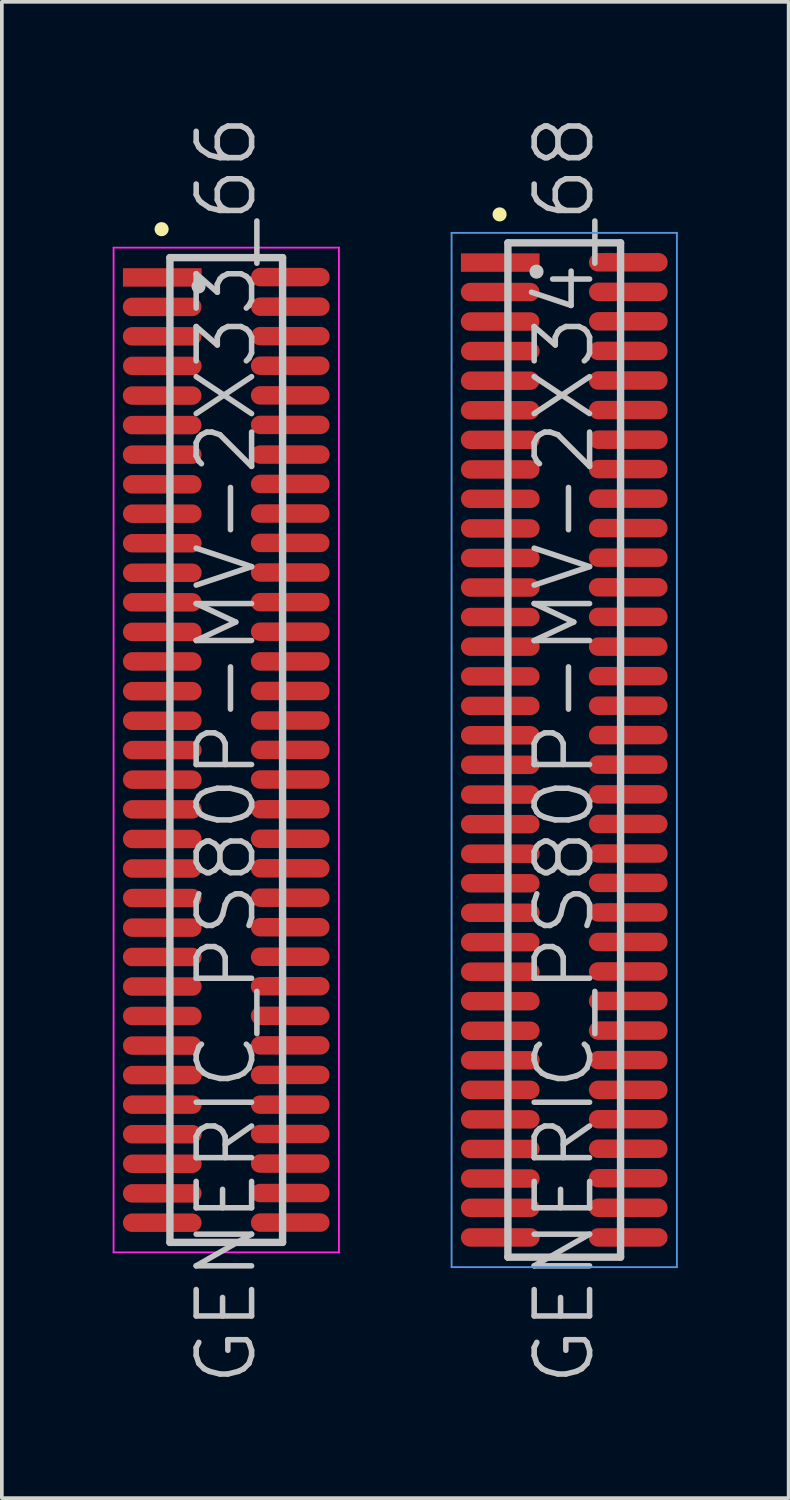
<source format=kicad_pcb>
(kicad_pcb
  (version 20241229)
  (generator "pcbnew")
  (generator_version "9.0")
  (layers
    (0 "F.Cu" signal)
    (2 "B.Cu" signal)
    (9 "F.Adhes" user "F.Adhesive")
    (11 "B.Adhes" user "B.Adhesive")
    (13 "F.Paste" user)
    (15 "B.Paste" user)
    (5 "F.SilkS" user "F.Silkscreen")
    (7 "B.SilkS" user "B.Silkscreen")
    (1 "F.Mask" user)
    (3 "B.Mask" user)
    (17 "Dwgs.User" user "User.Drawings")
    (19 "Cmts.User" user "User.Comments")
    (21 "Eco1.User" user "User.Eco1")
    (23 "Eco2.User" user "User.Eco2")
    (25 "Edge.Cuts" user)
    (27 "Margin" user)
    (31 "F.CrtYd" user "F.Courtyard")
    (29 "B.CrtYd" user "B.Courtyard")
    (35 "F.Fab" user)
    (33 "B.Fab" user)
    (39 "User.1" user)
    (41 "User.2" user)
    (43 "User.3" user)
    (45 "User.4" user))
  (footprint "GENERIC_PS80P-MV-2X34_68"
    (layer "F.Cu")
    (at 12.225 17.254)
    (property "Reference" "GENERIC_PS80P-MV-2X34_68" (at 0 0 90) (layer "Dwgs.User") (effects (font (size 1.5 1.5) (thickness 0.15))))
    (attr smd)
    (fp_line (start -1.75 -14.5) (end -1.75 -14.5) (stroke (width 0.381) (type solid)) (layer "F.SilkS"))
    (fp_line (start -1.525 -13.73) (end -1.525 13.73) (stroke (width 0.2) (type solid)) (layer "Dwgs.User"))
    (fp_line (start -1.525 -13.73) (end 1.525 -13.73) (stroke (width 0.2) (type solid)) (layer "Dwgs.User"))
    (fp_line (start -1.525 13.73) (end 1.525 13.73) (stroke (width 0.2) (type solid)) (layer "Dwgs.User"))
    (fp_line (start -0.75 -12.95) (end -0.75 -12.95) (stroke (width 0.381) (type solid)) (layer "Dwgs.User"))
    (fp_line (start 1.525 -13.73) (end 1.525 13.73) (stroke (width 0.2) (type solid)) (layer "Dwgs.User"))
    (fp_line (start -3.05 -14) (end -3.05 14) (stroke (width 0.05) (type solid)) (layer "Cmts.User"))
    (fp_line (start -3.05 -14) (end 3.05 -14) (stroke (width 0.05) (type solid)) (layer "Cmts.User"))
    (fp_line (start -3.05 14) (end 3.05 14) (stroke (width 0.05) (type solid)) (layer "Cmts.User"))
    (fp_line (start 3.05 -14) (end 3.05 14) (stroke (width 0.05) (type solid)) (layer "Cmts.User"))
    (pad "1" smd rect (at -1.732 -13.195 270) (size 0.5 2.13) (layers "F.Cu" "F.Mask" "F.Paste"))
    (pad "2" smd oval (at 1.735 -13.203 270) (size 0.5 2.13) (layers "F.Cu" "F.Mask" "F.Paste"))
    (pad "3" smd oval (at -1.735 -12.398 270) (size 0.5 2.13) (layers "F.Cu" "F.Mask" "F.Paste"))
    (pad "4" smd oval (at 1.735 -12.403 270) (size 0.5 2.13) (layers "F.Cu" "F.Mask" "F.Paste"))
    (pad "5" smd oval (at -1.735 -11.6 270) (size 0.5 2.13) (layers "F.Cu" "F.Mask" "F.Paste"))
    (pad "6" smd oval (at 1.735 -11.605 270) (size 0.5 2.13) (layers "F.Cu" "F.Mask" "F.Paste"))
    (pad "7" smd oval (at -1.732 -10.8 270) (size 0.5 2.13) (layers "F.Cu" "F.Mask" "F.Paste"))
    (pad "8" smd oval (at 1.732 -10.805 270) (size 0.5 2.13) (layers "F.Cu" "F.Mask" "F.Paste"))
    (pad "9" smd oval (at -1.735 -9.997 270) (size 0.5 2.13) (layers "F.Cu" "F.Mask" "F.Paste"))
    (pad "10" smd oval (at 1.732 -10.003 270) (size 0.5 2.13) (layers "F.Cu" "F.Mask" "F.Paste"))
    (pad "11" smd oval (at -1.735 -9.197 270) (size 0.5 2.13) (layers "F.Cu" "F.Mask" "F.Paste"))
    (pad "12" smd oval (at 1.732 -9.202 270) (size 0.5 2.13) (layers "F.Cu" "F.Mask" "F.Paste"))
    (pad "13" smd oval (at -1.735 -8.397 270) (size 0.5 2.13) (layers "F.Cu" "F.Mask" "F.Paste"))
    (pad "14" smd oval (at 1.735 -8.4 270) (size 0.5 2.13) (layers "F.Cu" "F.Mask" "F.Paste"))
    (pad "15" smd oval (at -1.732 -7.595 270) (size 0.5 2.13) (layers "F.Cu" "F.Mask" "F.Paste"))
    (pad "16" smd oval (at 1.732 -7.605 270) (size 0.5 2.13) (layers "F.Cu" "F.Mask" "F.Paste"))
    (pad "17" smd oval (at -1.732 -6.8 270) (size 0.5 2.13) (layers "F.Cu" "F.Mask" "F.Paste"))
    (pad "18" smd oval (at 1.732 -6.805 270) (size 0.5 2.13) (layers "F.Cu" "F.Mask" "F.Paste"))
    (pad "19" smd oval (at -1.732 -5.999 270) (size 0.5 2.13) (layers "F.Cu" "F.Mask" "F.Paste"))
    (pad "20" smd oval (at 1.732 -6.007 270) (size 0.5 2.13) (layers "F.Cu" "F.Mask" "F.Paste"))
    (pad "21" smd oval (at -1.732 -5.199 270) (size 0.5 2.13) (layers "F.Cu" "F.Mask" "F.Paste"))
    (pad "22" smd oval (at 1.732 -5.207 270) (size 0.5 2.13) (layers "F.Cu" "F.Mask" "F.Paste"))
    (pad "23" smd oval (at -1.732 -4.399 270) (size 0.5 2.13) (layers "F.Cu" "F.Mask" "F.Paste"))
    (pad "24" smd oval (at 1.732 -4.404 270) (size 0.5 2.13) (layers "F.Cu" "F.Mask" "F.Paste"))
    (pad "25" smd oval (at -1.732 -3.599 270) (size 0.5 2.13) (layers "F.Cu" "F.Mask" "F.Paste"))
    (pad "26" smd oval (at 1.732 -3.604 270) (size 0.5 2.13) (layers "F.Cu" "F.Mask" "F.Paste"))
    (pad "27" smd oval (at -1.732 -2.799 270) (size 0.5 2.13) (layers "F.Cu" "F.Mask" "F.Paste"))
    (pad "28" smd oval (at 1.732 -2.799 270) (size 0.5 2.13) (layers "F.Cu" "F.Mask" "F.Paste"))
    (pad "29" smd oval (at -1.732 -1.994 270) (size 0.5 2.13) (layers "F.Cu" "F.Mask" "F.Paste"))
    (pad "30" smd oval (at 1.732 -1.999 270) (size 0.5 2.13) (layers "F.Cu" "F.Mask" "F.Paste"))
    (pad "31" smd oval (at -1.732 -1.194 270) (size 0.5 2.13) (layers "F.Cu" "F.Mask" "F.Paste"))
    (pad "32" smd oval (at 1.732 -1.199 270) (size 0.5 2.13) (layers "F.Cu" "F.Mask" "F.Paste"))
    (pad "33" smd oval (at -1.732 -0.399 270) (size 0.5 2.13) (layers "F.Cu" "F.Mask" "F.Paste"))
    (pad "34" smd oval (at 1.732 -0.404 270) (size 0.5 2.13) (layers "F.Cu" "F.Mask" "F.Paste"))
    (pad "35" smd oval (at -1.732 0.401 270) (size 0.5 2.13) (layers "F.Cu" "F.Mask" "F.Paste"))
    (pad "36" smd oval (at 1.732 0.396 270) (size 0.5 2.13) (layers "F.Cu" "F.Mask" "F.Paste"))
    (pad "37" smd oval (at -1.732 1.206 270) (size 0.5 2.13) (layers "F.Cu" "F.Mask" "F.Paste"))
    (pad "38" smd oval (at 1.732 1.201 270) (size 0.5 2.13) (layers "F.Cu" "F.Mask" "F.Paste"))
    (pad "39" smd oval (at -1.732 2.007 270) (size 0.5 2.13) (layers "F.Cu" "F.Mask" "F.Paste"))
    (pad "40" smd oval (at 1.732 2.002 270) (size 0.5 2.13) (layers "F.Cu" "F.Mask" "F.Paste"))
    (pad "41" smd oval (at -1.732 2.807 270) (size 0.5 2.13) (layers "F.Cu" "F.Mask" "F.Paste"))
    (pad "42" smd oval (at 1.732 2.802 270) (size 0.5 2.13) (layers "F.Cu" "F.Mask" "F.Paste"))
    (pad "43" smd oval (at -1.732 3.607 270) (size 0.5 2.13) (layers "F.Cu" "F.Mask" "F.Paste"))
    (pad "44" smd oval (at 1.732 3.597 270) (size 0.5 2.13) (layers "F.Cu" "F.Mask" "F.Paste"))
    (pad "45" smd oval (at -1.732 4.407 270) (size 0.5 2.13) (layers "F.Cu" "F.Mask" "F.Paste"))
    (pad "46" smd oval (at 1.732 4.397 270) (size 0.5 2.13) (layers "F.Cu" "F.Mask" "F.Paste"))
    (pad "47" smd oval (at -1.732 5.202 270) (size 0.5 2.13) (layers "F.Cu" "F.Mask" "F.Paste"))
    (pad "48" smd oval (at 1.732 5.197 270) (size 0.5 2.13) (layers "F.Cu" "F.Mask" "F.Paste"))
    (pad "49" smd oval (at -1.732 6.002 270) (size 0.5 2.13) (layers "F.Cu" "F.Mask" "F.Paste"))
    (pad "50" smd oval (at 1.732 5.994 270) (size 0.5 2.13) (layers "F.Cu" "F.Mask" "F.Paste"))
    (pad "51" smd oval (at -1.732 6.8 270) (size 0.5 2.13) (layers "F.Cu" "F.Mask" "F.Paste"))
    (pad "52" smd oval (at 1.732 6.795 270) (size 0.5 2.13) (layers "F.Cu" "F.Mask" "F.Paste"))
    (pad "53" smd oval (at -1.732 7.6 270) (size 0.5 2.13) (layers "F.Cu" "F.Mask" "F.Paste"))
    (pad "54" smd oval (at 1.732 7.595 270) (size 0.5 2.13) (layers "F.Cu" "F.Mask" "F.Paste"))
    (pad "55" smd oval (at -1.732 8.4 270) (size 0.5 2.13) (layers "F.Cu" "F.Mask" "F.Paste"))
    (pad "56" smd oval (at 1.732 8.395 270) (size 0.5 2.13) (layers "F.Cu" "F.Mask" "F.Paste"))
    (pad "57" smd oval (at -1.732 9.2 270) (size 0.5 2.13) (layers "F.Cu" "F.Mask" "F.Paste"))
    (pad "58" smd oval (at 1.732 9.2 270) (size 0.5 2.13) (layers "F.Cu" "F.Mask" "F.Paste"))
    (pad "59" smd oval (at -1.732 10 270) (size 0.5 2.13) (layers "F.Cu" "F.Mask" "F.Paste"))
    (pad "60" smd oval (at 1.732 9.995 270) (size 0.5 2.13) (layers "F.Cu" "F.Mask" "F.Paste"))
    (pad "61" smd oval (at -1.732 10.8 270) (size 0.5 2.13) (layers "F.Cu" "F.Mask" "F.Paste"))
    (pad "62" smd oval (at 1.732 10.795 270) (size 0.5 2.13) (layers "F.Cu" "F.Mask" "F.Paste"))
    (pad "63" smd oval (at -1.732 11.6 270) (size 0.5 2.13) (layers "F.Cu" "F.Mask" "F.Paste"))
    (pad "64" smd oval (at 1.732 11.593 270) (size 0.5 2.13) (layers "F.Cu" "F.Mask" "F.Paste"))
    (pad "65" smd oval (at -1.732 12.395 270) (size 0.5 2.13) (layers "F.Cu" "F.Mask" "F.Paste"))
    (pad "66" smd oval (at 1.732 12.393 270) (size 0.5 2.13) (layers "F.Cu" "F.Mask" "F.Paste"))
    (pad "67" smd oval (at -1.732 13.195 270) (size 0.5 2.13) (layers "F.Cu" "F.Mask" "F.Paste"))
    (pad "68" smd oval (at 1.732 13.195 270) (size 0.5 2.13) (layers "F.Cu" "F.Mask" "F.Paste")))
  (footprint "GENERIC_PS80P-MV-2X33_66"
    (layer "F.Cu")
    (at 3.075 17.254)
    (property "Reference" "GENERIC_PS80P-MV-2X33_66" (at 0 0 90) (layer "Dwgs.User") (effects (font (size 1.5 1.5) (thickness 0.15))))
    (attr smd)
    (fp_line (start -1.75 -14.1) (end -1.75 -14.1) (stroke (width 0.381) (type solid)) (layer "F.SilkS"))
    (fp_line (start -1.525 -13.33) (end -1.525 13.33) (stroke (width 0.2) (type solid)) (layer "Dwgs.User"))
    (fp_line (start -1.525 -13.33) (end 1.525 -13.33) (stroke (width 0.2) (type solid)) (layer "Dwgs.User"))
    (fp_line (start -1.525 13.33) (end 1.525 13.33) (stroke (width 0.2) (type solid)) (layer "Dwgs.User"))
    (fp_line (start -0.75 -12.55) (end -0.75 -12.55) (stroke (width 0.381) (type solid)) (layer "Dwgs.User"))
    (fp_line (start 1.525 -13.33) (end 1.525 13.33) (stroke (width 0.2) (type solid)) (layer "Dwgs.User"))
    (fp_line (start -3.05 -13.6) (end -3.05 13.6) (stroke (width 0.05) (type solid)) (layer "F.CrtYd"))
    (fp_line (start -3.05 -13.6) (end 3.05 -13.6) (stroke (width 0.05) (type solid)) (layer "F.CrtYd"))
    (fp_line (start -3.05 13.6) (end 3.05 13.6) (stroke (width 0.05) (type solid)) (layer "F.CrtYd"))
    (fp_line (start 3.05 -13.6) (end 3.05 13.6) (stroke (width 0.05) (type solid)) (layer "F.CrtYd"))
    (pad "1" smd rect (at -1.732 -12.794 270) (size 0.5 2.13) (layers "F.Cu" "F.Mask" "F.Paste"))
    (pad "2" smd oval (at 1.735 -12.802 270) (size 0.5 2.13) (layers "F.Cu" "F.Mask" "F.Paste"))
    (pad "3" smd oval (at -1.735 -11.996 270) (size 0.5 2.13) (layers "F.Cu" "F.Mask" "F.Paste"))
    (pad "4" smd oval (at 1.735 -12.002 270) (size 0.5 2.13) (layers "F.Cu" "F.Mask" "F.Paste"))
    (pad "5" smd oval (at -1.735 -11.199 270) (size 0.5 2.13) (layers "F.Cu" "F.Mask" "F.Paste"))
    (pad "6" smd oval (at 1.735 -11.204 270) (size 0.5 2.13) (layers "F.Cu" "F.Mask" "F.Paste"))
    (pad "7" smd oval (at -1.732 -10.399 270) (size 0.5 2.13) (layers "F.Cu" "F.Mask" "F.Paste"))
    (pad "8" smd oval (at 1.732 -10.404 270) (size 0.5 2.13) (layers "F.Cu" "F.Mask" "F.Paste"))
    (pad "9" smd oval (at -1.735 -9.596 270) (size 0.5 2.13) (layers "F.Cu" "F.Mask" "F.Paste"))
    (pad "10" smd oval (at 1.732 -9.601 270) (size 0.5 2.13) (layers "F.Cu" "F.Mask" "F.Paste"))
    (pad "11" smd oval (at -1.735 -8.796 270) (size 0.5 2.13) (layers "F.Cu" "F.Mask" "F.Paste"))
    (pad "12" smd oval (at 1.732 -8.801 270) (size 0.5 2.13) (layers "F.Cu" "F.Mask" "F.Paste"))
    (pad "13" smd oval (at -1.735 -7.996 270) (size 0.5 2.13) (layers "F.Cu" "F.Mask" "F.Paste"))
    (pad "14" smd oval (at 1.735 -7.998 270) (size 0.5 2.13) (layers "F.Cu" "F.Mask" "F.Paste"))
    (pad "15" smd oval (at -1.732 -7.193 270) (size 0.5 2.13) (layers "F.Cu" "F.Mask" "F.Paste"))
    (pad "16" smd oval (at 1.732 -7.203 270) (size 0.5 2.13) (layers "F.Cu" "F.Mask" "F.Paste"))
    (pad "17" smd oval (at -1.732 -6.398 270) (size 0.5 2.13) (layers "F.Cu" "F.Mask" "F.Paste"))
    (pad "18" smd oval (at 1.732 -6.403 270) (size 0.5 2.13) (layers "F.Cu" "F.Mask" "F.Paste"))
    (pad "19" smd oval (at -1.732 -5.598 270) (size 0.5 2.13) (layers "F.Cu" "F.Mask" "F.Paste"))
    (pad "20" smd oval (at 1.732 -5.606 270) (size 0.5 2.13) (layers "F.Cu" "F.Mask" "F.Paste"))
    (pad "21" smd oval (at -1.732 -4.798 270) (size 0.5 2.13) (layers "F.Cu" "F.Mask" "F.Paste"))
    (pad "22" smd oval (at 1.732 -4.806 270) (size 0.5 2.13) (layers "F.Cu" "F.Mask" "F.Paste"))
    (pad "23" smd oval (at -1.732 -3.998 270) (size 0.5 2.13) (layers "F.Cu" "F.Mask" "F.Paste"))
    (pad "24" smd oval (at 1.732 -4.003 270) (size 0.5 2.13) (layers "F.Cu" "F.Mask" "F.Paste"))
    (pad "25" smd oval (at -1.732 -3.198 270) (size 0.5 2.13) (layers "F.Cu" "F.Mask" "F.Paste"))
    (pad "26" smd oval (at 1.732 -3.203 270) (size 0.5 2.13) (layers "F.Cu" "F.Mask" "F.Paste"))
    (pad "27" smd oval (at -1.732 -2.398 270) (size 0.5 2.13) (layers "F.Cu" "F.Mask" "F.Paste"))
    (pad "28" smd oval (at 1.732 -2.398 270) (size 0.5 2.13) (layers "F.Cu" "F.Mask" "F.Paste"))
    (pad "29" smd oval (at -1.732 -1.593 270) (size 0.5 2.13) (layers "F.Cu" "F.Mask" "F.Paste"))
    (pad "30" smd oval (at 1.732 -1.598 270) (size 0.5 2.13) (layers "F.Cu" "F.Mask" "F.Paste"))
    (pad "31" smd oval (at -1.732 -0.792 270) (size 0.5 2.13) (layers "F.Cu" "F.Mask" "F.Paste"))
    (pad "32" smd oval (at 1.732 -0.798 270) (size 0.5 2.13) (layers "F.Cu" "F.Mask" "F.Paste"))
    (pad "33" smd oval (at -1.732 0.003 270) (size 0.5 2.13) (layers "F.Cu" "F.Mask" "F.Paste"))
    (pad "34" smd oval (at 1.732 -0.003 270) (size 0.5 2.13) (layers "F.Cu" "F.Mask" "F.Paste"))
    (pad "35" smd oval (at -1.732 0.803 270) (size 0.5 2.13) (layers "F.Cu" "F.Mask" "F.Paste"))
    (pad "36" smd oval (at 1.732 0.798 270) (size 0.5 2.13) (layers "F.Cu" "F.Mask" "F.Paste"))
    (pad "37" smd oval (at -1.732 1.608 270) (size 0.5 2.13) (layers "F.Cu" "F.Mask" "F.Paste"))
    (pad "38" smd oval (at 1.732 1.603 270) (size 0.5 2.13) (layers "F.Cu" "F.Mask" "F.Paste"))
    (pad "39" smd oval (at -1.732 2.408 270) (size 0.5 2.13) (layers "F.Cu" "F.Mask" "F.Paste"))
    (pad "40" smd oval (at 1.732 2.403 270) (size 0.5 2.13) (layers "F.Cu" "F.Mask" "F.Paste"))
    (pad "41" smd oval (at -1.732 3.208 270) (size 0.5 2.13) (layers "F.Cu" "F.Mask" "F.Paste"))
    (pad "42" smd oval (at 1.732 3.203 270) (size 0.5 2.13) (layers "F.Cu" "F.Mask" "F.Paste"))
    (pad "43" smd oval (at -1.732 4.008 270) (size 0.5 2.13) (layers "F.Cu" "F.Mask" "F.Paste"))
    (pad "44" smd oval (at 1.732 3.998 270) (size 0.5 2.13) (layers "F.Cu" "F.Mask" "F.Paste"))
    (pad "45" smd oval (at -1.732 4.808 270) (size 0.5 2.13) (layers "F.Cu" "F.Mask" "F.Paste"))
    (pad "46" smd oval (at 1.732 4.798 270) (size 0.5 2.13) (layers "F.Cu" "F.Mask" "F.Paste"))
    (pad "47" smd oval (at -1.732 5.603 270) (size 0.5 2.13) (layers "F.Cu" "F.Mask" "F.Paste"))
    (pad "48" smd oval (at 1.732 5.598 270) (size 0.5 2.13) (layers "F.Cu" "F.Mask" "F.Paste"))
    (pad "49" smd oval (at -1.732 6.403 270) (size 0.5 2.13) (layers "F.Cu" "F.Mask" "F.Paste"))
    (pad "50" smd oval (at 1.732 6.396 270) (size 0.5 2.13) (layers "F.Cu" "F.Mask" "F.Paste"))
    (pad "51" smd oval (at -1.732 7.201 270) (size 0.5 2.13) (layers "F.Cu" "F.Mask" "F.Paste"))
    (pad "52" smd oval (at 1.732 7.196 270) (size 0.5 2.13) (layers "F.Cu" "F.Mask" "F.Paste"))
    (pad "53" smd oval (at -1.732 8.001 270) (size 0.5 2.13) (layers "F.Cu" "F.Mask" "F.Paste"))
    (pad "54" smd oval (at 1.732 7.996 270) (size 0.5 2.13) (layers "F.Cu" "F.Mask" "F.Paste"))
    (pad "55" smd oval (at -1.732 8.801 270) (size 0.5 2.13) (layers "F.Cu" "F.Mask" "F.Paste"))
    (pad "56" smd oval (at 1.732 8.796 270) (size 0.5 2.13) (layers "F.Cu" "F.Mask" "F.Paste"))
    (pad "57" smd oval (at -1.732 9.601 270) (size 0.5 2.13) (layers "F.Cu" "F.Mask" "F.Paste"))
    (pad "58" smd oval (at 1.732 9.601 270) (size 0.5 2.13) (layers "F.Cu" "F.Mask" "F.Paste"))
    (pad "59" smd oval (at -1.732 10.401 270) (size 0.5 2.13) (layers "F.Cu" "F.Mask" "F.Paste"))
    (pad "60" smd oval (at 1.732 10.396 270) (size 0.5 2.13) (layers "F.Cu" "F.Mask" "F.Paste"))
    (pad "61" smd oval (at -1.732 11.201 270) (size 0.5 2.13) (layers "F.Cu" "F.Mask" "F.Paste"))
    (pad "62" smd oval (at 1.732 11.196 270) (size 0.5 2.13) (layers "F.Cu" "F.Mask" "F.Paste"))
    (pad "63" smd oval (at -1.732 12.002 270) (size 0.5 2.13) (layers "F.Cu" "F.Mask" "F.Paste"))
    (pad "64" smd oval (at 1.732 11.994 270) (size 0.5 2.13) (layers "F.Cu" "F.Mask" "F.Paste"))
    (pad "65" smd oval (at -1.732 12.797 270) (size 0.5 2.13) (layers "F.Cu" "F.Mask" "F.Paste"))
    (pad "66" smd oval (at 1.732 12.794 270) (size 0.5 2.13) (layers "F.Cu" "F.Mask" "F.Paste")))
  (gr_rect
    (start -3 -3)
    (end 18.3 37.507)
    (stroke (width 0.1) (type default))
    (fill no)
    (layer "Edge.Cuts")))
</source>
